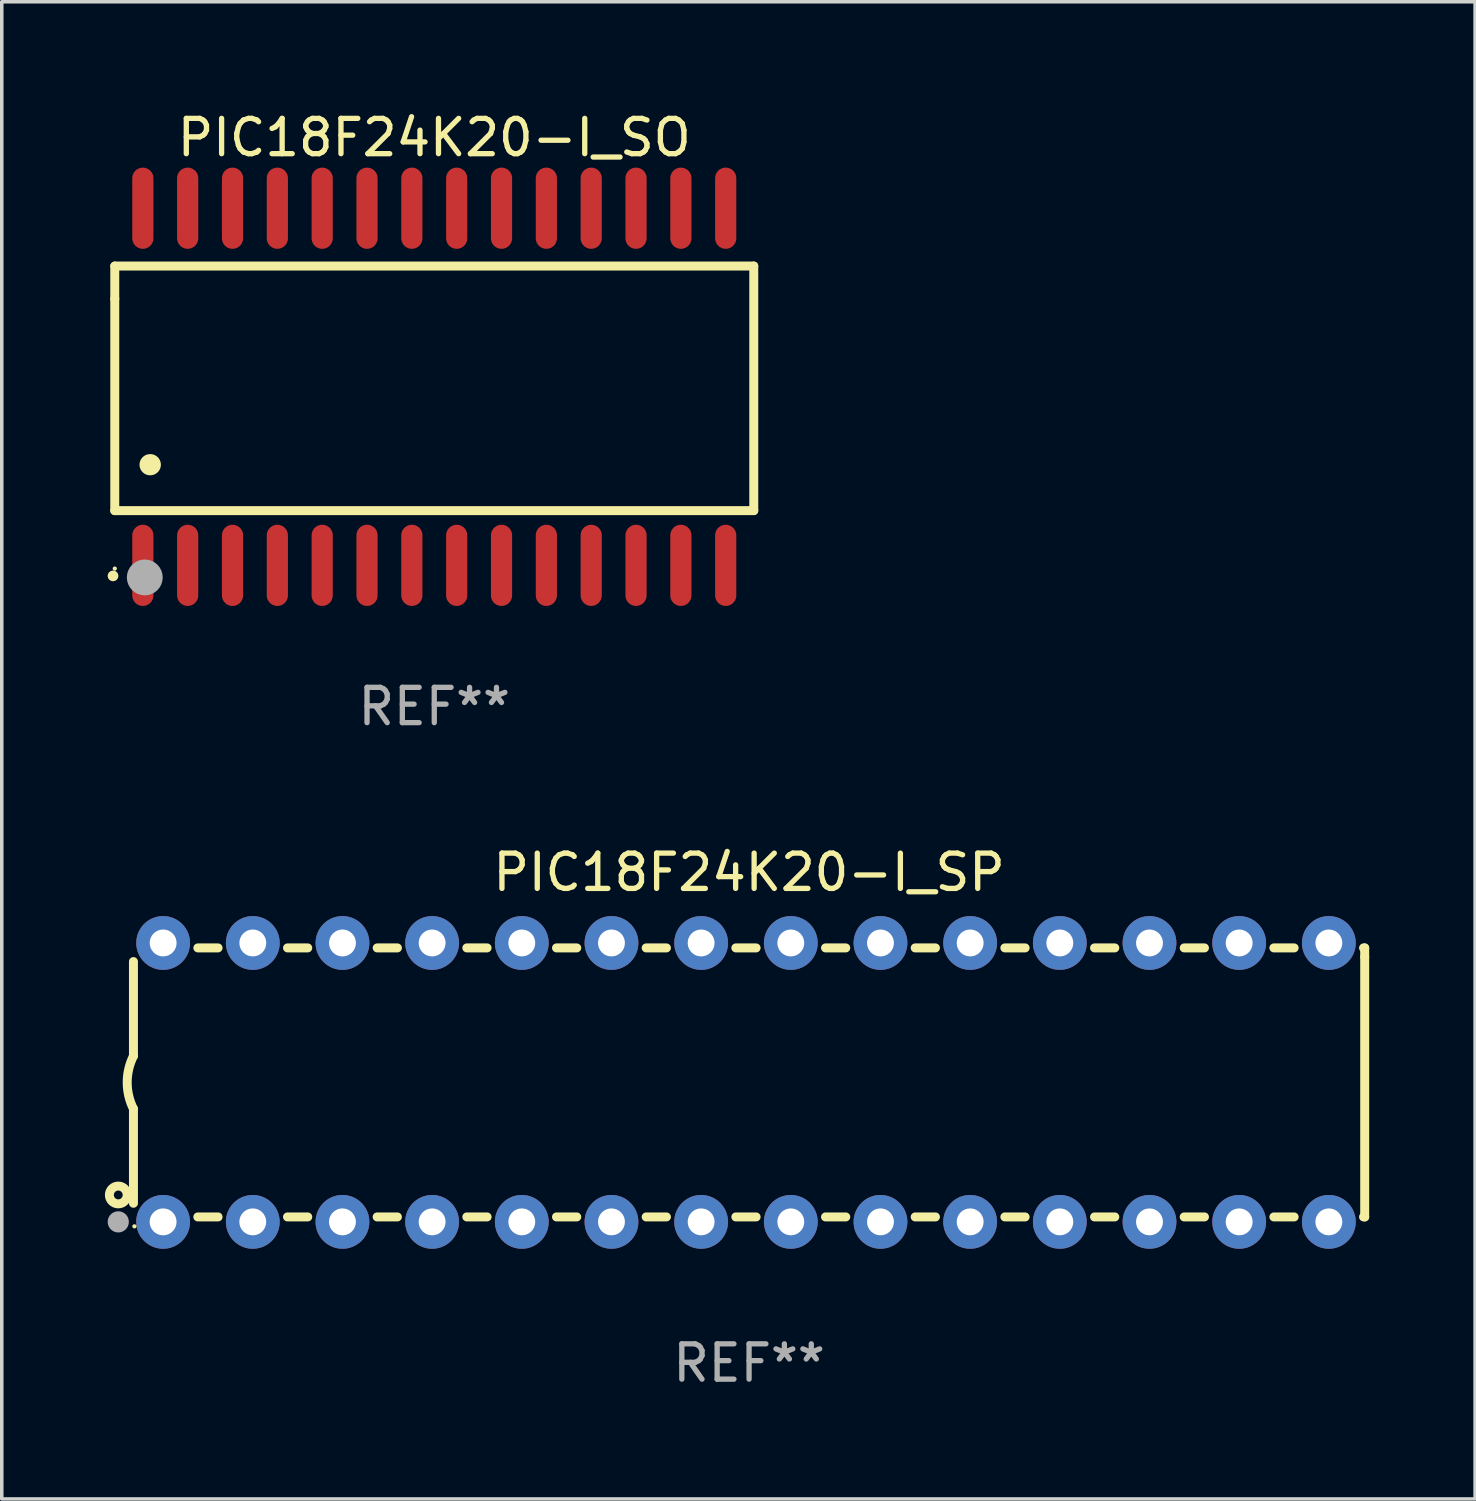
<source format=kicad_pcb>
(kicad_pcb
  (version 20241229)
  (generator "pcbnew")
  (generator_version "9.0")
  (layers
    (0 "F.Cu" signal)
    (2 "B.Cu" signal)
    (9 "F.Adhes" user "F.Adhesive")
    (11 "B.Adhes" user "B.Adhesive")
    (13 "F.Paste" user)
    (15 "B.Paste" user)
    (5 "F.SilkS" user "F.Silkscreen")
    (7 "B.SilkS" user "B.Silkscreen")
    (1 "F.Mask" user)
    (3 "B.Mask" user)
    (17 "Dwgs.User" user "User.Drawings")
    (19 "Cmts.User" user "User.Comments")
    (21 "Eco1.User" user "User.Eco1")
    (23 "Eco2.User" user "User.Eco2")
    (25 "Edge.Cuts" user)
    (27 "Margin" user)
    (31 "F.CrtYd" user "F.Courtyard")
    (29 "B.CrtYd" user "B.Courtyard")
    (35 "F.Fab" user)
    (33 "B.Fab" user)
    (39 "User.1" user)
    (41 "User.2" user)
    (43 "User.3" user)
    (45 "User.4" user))
  (footprint "PIC18F24K20-I_SP"
    (layer "F.Cu")
    (at 18.168 27.61)
    (property "Reference" "PIC18F24K20-I_SP" (at 0 -5.95 0) (layer "F.SilkS") (effects (font (size 1 1) (thickness 0.15))))
    (attr through_hole)
    (fp_line (start -17.438 0.75) (end -17.438 3.423) (stroke (width 0.254) (type solid)) (layer "F.SilkS"))
    (fp_line (start -17.438 -3.423) (end -17.438 -0.75) (stroke (width 0.254) (type solid)) (layer "F.SilkS"))
    (fp_line (start -15.615 3.81) (end -15.041 3.81) (stroke (width 0.254) (type solid)) (layer "F.SilkS"))
    (fp_line (start -15.041 -3.81) (end -15.614 -3.81) (stroke (width 0.254) (type solid)) (layer "F.SilkS"))
    (fp_line (start -13.075 3.81) (end -12.501 3.81) (stroke (width 0.254) (type solid)) (layer "F.SilkS"))
    (fp_line (start -12.501 -3.81) (end -13.074 -3.81) (stroke (width 0.254) (type solid)) (layer "F.SilkS"))
    (fp_line (start -10.535 3.81) (end -9.961 3.81) (stroke (width 0.254) (type solid)) (layer "F.SilkS"))
    (fp_line (start -9.961 -3.81) (end -10.534 -3.81) (stroke (width 0.254) (type solid)) (layer "F.SilkS"))
    (fp_line (start -7.995 3.81) (end -7.421 3.81) (stroke (width 0.254) (type solid)) (layer "F.SilkS"))
    (fp_line (start -7.421 -3.81) (end -7.995 -3.81) (stroke (width 0.254) (type solid)) (layer "F.SilkS"))
    (fp_line (start -5.455 3.81) (end -4.881 3.81) (stroke (width 0.254) (type solid)) (layer "F.SilkS"))
    (fp_line (start -4.881 -3.81) (end -5.455 -3.81) (stroke (width 0.254) (type solid)) (layer "F.SilkS"))
    (fp_line (start -2.915 3.81) (end -2.341 3.81) (stroke (width 0.254) (type solid)) (layer "F.SilkS"))
    (fp_line (start -2.341 -3.81) (end -2.915 -3.81) (stroke (width 0.254) (type solid)) (layer "F.SilkS"))
    (fp_line (start -0.375 3.81) (end 0.199 3.81) (stroke (width 0.254) (type solid)) (layer "F.SilkS"))
    (fp_line (start 0.199 -3.81) (end -0.375 -3.81) (stroke (width 0.254) (type solid)) (layer "F.SilkS"))
    (fp_line (start 2.165 3.81) (end 2.739 3.81) (stroke (width 0.254) (type solid)) (layer "F.SilkS"))
    (fp_line (start 2.739 -3.81) (end 2.165 -3.81) (stroke (width 0.254) (type solid)) (layer "F.SilkS"))
    (fp_line (start 4.705 3.81) (end 5.279 3.81) (stroke (width 0.254) (type solid)) (layer "F.SilkS"))
    (fp_line (start 5.279 -3.81) (end 4.705 -3.81) (stroke (width 0.254) (type solid)) (layer "F.SilkS"))
    (fp_line (start 7.245 3.81) (end 7.819 3.81) (stroke (width 0.254) (type solid)) (layer "F.SilkS"))
    (fp_line (start 7.819 -3.81) (end 7.245 -3.81) (stroke (width 0.254) (type solid)) (layer "F.SilkS"))
    (fp_line (start 9.785 3.81) (end 10.359 3.81) (stroke (width 0.254) (type solid)) (layer "F.SilkS"))
    (fp_line (start 10.359 -3.81) (end 9.785 -3.81) (stroke (width 0.254) (type solid)) (layer "F.SilkS"))
    (fp_line (start 12.325 3.81) (end 12.899 3.81) (stroke (width 0.254) (type solid)) (layer "F.SilkS"))
    (fp_line (start 12.899 -3.81) (end 12.325 -3.81) (stroke (width 0.254) (type solid)) (layer "F.SilkS"))
    (fp_line (start 14.865 3.81) (end 15.439 3.81) (stroke (width 0.254) (type solid)) (layer "F.SilkS"))
    (fp_line (start 15.439 -3.81) (end 14.865 -3.81) (stroke (width 0.254) (type solid)) (layer "F.SilkS"))
    (fp_line (start 17.405 3.81) (end 17.438 3.81) (stroke (width 0.254) (type solid)) (layer "F.SilkS"))
    (fp_line (start 17.438 -3.81) (end 17.405 -3.81) (stroke (width 0.254) (type solid)) (layer "F.SilkS"))
    (fp_line (start 17.438 -3.556) (end 17.438 -3.81) (stroke (width 0.254) (type solid)) (layer "F.SilkS"))
    (fp_line (start 17.438 3.81) (end 17.438 -3.556) (stroke (width 0.254) (type solid)) (layer "F.SilkS"))
    (fp_arc (start -17.437986 0.749657) (mid -17.614887 -0.000024) (end -17.437783 -0.749657) (stroke (width 0.254001) (type solid)) (layer "F.SilkS"))
    (fp_circle (center -17.868 3.188) (end -17.743 3.188) (stroke (width 0.254) (type solid)) (fill no) (layer "F.SilkS"))
    (fp_circle (center -17.411 4.077) (end -17.381 4.077) (stroke (width 0.06) (type solid)) (fill no) (layer "F.SilkS"))
    (fp_circle (center -17.868 3.95) (end -17.718 3.95) (stroke (width 0.3) (type solid)) (fill no) (layer "F.Fab"))
    (fp_text user "REF**" (at 0 7.95 0) (layer "F.Fab") (effects (font (size 1 1) (thickness 0.15))))
    (pad "1" thru_hole circle (at -16.598 3.95) (size 1.524 1.524) (drill 0.762) (layers "*.Cu" "*.Mask"))
    (pad "2" thru_hole circle (at -14.058 3.95) (size 1.524 1.524) (drill 0.762) (layers "*.Cu" "*.Mask"))
    (pad "3" thru_hole circle (at -11.518 3.95) (size 1.524 1.524) (drill 0.762) (layers "*.Cu" "*.Mask"))
    (pad "4" thru_hole circle (at -8.978 3.95) (size 1.524 1.524) (drill 0.762) (layers "*.Cu" "*.Mask"))
    (pad "5" thru_hole circle (at -6.438 3.95) (size 1.524 1.524) (drill 0.762) (layers "*.Cu" "*.Mask"))
    (pad "6" thru_hole circle (at -3.898 3.95) (size 1.524 1.524) (drill 0.762) (layers "*.Cu" "*.Mask"))
    (pad "7" thru_hole circle (at -1.358 3.95) (size 1.524 1.524) (drill 0.762) (layers "*.Cu" "*.Mask"))
    (pad "8" thru_hole circle (at 1.182 3.95) (size 1.524 1.524) (drill 0.762) (layers "*.Cu" "*.Mask"))
    (pad "9" thru_hole circle (at 3.722 3.95) (size 1.524 1.524) (drill 0.762) (layers "*.Cu" "*.Mask"))
    (pad "10" thru_hole circle (at 6.262 3.95) (size 1.524 1.524) (drill 0.762) (layers "*.Cu" "*.Mask"))
    (pad "11" thru_hole circle (at 8.802 3.95) (size 1.524 1.524) (drill 0.762) (layers "*.Cu" "*.Mask"))
    (pad "12" thru_hole circle (at 11.342 3.95) (size 1.524 1.524) (drill 0.762) (layers "*.Cu" "*.Mask"))
    (pad "13" thru_hole circle (at 13.882 3.95) (size 1.524 1.524) (drill 0.762) (layers "*.Cu" "*.Mask"))
    (pad "14" thru_hole circle (at 16.422 3.95) (size 1.524 1.524) (drill 0.762) (layers "*.Cu" "*.Mask"))
    (pad "15" thru_hole circle (at 16.422 -3.95) (size 1.524 1.524) (drill 0.762) (layers "*.Cu" "*.Mask"))
    (pad "16" thru_hole circle (at 13.882 -3.95) (size 1.524 1.524) (drill 0.762) (layers "*.Cu" "*.Mask"))
    (pad "17" thru_hole circle (at 11.342 -3.95) (size 1.524 1.524) (drill 0.762) (layers "*.Cu" "*.Mask"))
    (pad "18" thru_hole circle (at 8.802 -3.95) (size 1.524 1.524) (drill 0.762) (layers "*.Cu" "*.Mask"))
    (pad "19" thru_hole circle (at 6.262 -3.95) (size 1.524 1.524) (drill 0.762) (layers "*.Cu" "*.Mask"))
    (pad "20" thru_hole circle (at 3.722 -3.95) (size 1.524 1.524) (drill 0.762) (layers "*.Cu" "*.Mask"))
    (pad "21" thru_hole circle (at 1.182 -3.95) (size 1.524 1.524) (drill 0.762) (layers "*.Cu" "*.Mask"))
    (pad "22" thru_hole circle (at -1.358 -3.95) (size 1.524 1.524) (drill 0.762) (layers "*.Cu" "*.Mask"))
    (pad "23" thru_hole circle (at -3.898 -3.95) (size 1.524 1.524) (drill 0.762) (layers "*.Cu" "*.Mask"))
    (pad "24" thru_hole circle (at -6.438 -3.95) (size 1.524 1.524) (drill 0.762) (layers "*.Cu" "*.Mask"))
    (pad "25" thru_hole circle (at -8.978 -3.95) (size 1.524 1.524) (drill 0.762) (layers "*.Cu" "*.Mask"))
    (pad "26" thru_hole circle (at -11.517 -3.95) (size 1.524 1.524) (drill 0.762) (layers "*.Cu" "*.Mask"))
    (pad "27" thru_hole circle (at -14.057 -3.95) (size 1.524 1.524) (drill 0.762) (layers "*.Cu" "*.Mask"))
    (pad "28" thru_hole circle (at -16.597 -3.95) (size 1.524 1.524) (drill 0.762) (layers "*.Cu" "*.Mask")))
  (footprint "PIC18F24K20-I_SO"
    (layer "F.Cu")
    (at 9.251 7.906)
    (property "Reference" "PIC18F24K20-I_SO" (at 0 -7.058 0) (layer "F.SilkS") (effects (font (size 1 1) (thickness 0.15))))
    (attr through_hole)
    (fp_line (start -9.05 -3.42) (end 9.05 -3.42) (stroke (width 0.254) (type solid)) (layer "F.SilkS"))
    (fp_line (start -9.05 -2.492) (end -9.05 -3.42) (stroke (width 0.254) (type solid)) (layer "F.SilkS"))
    (fp_line (start -9.05 3.508) (end -9.05 -2.492) (stroke (width 0.254) (type solid)) (layer "F.SilkS"))
    (fp_line (start 9.05 -3.42) (end 9.05 3.508) (stroke (width 0.254) (type solid)) (layer "F.SilkS"))
    (fp_line (start 9.05 3.508) (end -9.05 3.508) (stroke (width 0.254) (type solid)) (layer "F.SilkS"))
    (fp_arc (start -9.100838 5.35649) (mid -9.099568 5.356485) (end -9.098298 5.35649) (stroke (width 0.3) (type solid)) (layer "F.SilkS"))
    (fp_arc (start -8.049276 2.206883) (mid -8.046736 2.206872) (end -8.044196 2.206883) (stroke (width 0.6) (type solid)) (layer "F.SilkS"))
    (fp_circle (center -9.05 5.15) (end -9.02 5.15) (stroke (width 0.06) (type solid)) (fill no) (layer "F.SilkS"))
    (fp_circle (center -8.2 5.4) (end -7.946 5.4) (stroke (width 0.508) (type solid)) (fill no) (layer "F.Fab"))
    (fp_text user "REF**" (at 0 9.058 0) (layer "F.Fab") (effects (font (size 1 1) (thickness 0.15))))
    (pad "1" smd oval (at -8.255 5.058 180) (size 0.6 2.3) (layers "F.Cu" "F.Mask" "F.Paste"))
    (pad "2" smd oval (at -6.985 5.058 180) (size 0.6 2.3) (layers "F.Cu" "F.Mask" "F.Paste"))
    (pad "3" smd oval (at -5.715 5.058 180) (size 0.6 2.3) (layers "F.Cu" "F.Mask" "F.Paste"))
    (pad "4" smd oval (at -4.445 5.058 180) (size 0.6 2.3) (layers "F.Cu" "F.Mask" "F.Paste"))
    (pad "5" smd oval (at -3.175 5.058 180) (size 0.6 2.3) (layers "F.Cu" "F.Mask" "F.Paste"))
    (pad "6" smd oval (at -1.905 5.058 180) (size 0.6 2.3) (layers "F.Cu" "F.Mask" "F.Paste"))
    (pad "7" smd oval (at -0.635 5.058 180) (size 0.6 2.3) (layers "F.Cu" "F.Mask" "F.Paste"))
    (pad "8" smd oval (at 0.635 5.058 180) (size 0.6 2.3) (layers "F.Cu" "F.Mask" "F.Paste"))
    (pad "9" smd oval (at 1.905 5.058 180) (size 0.6 2.3) (layers "F.Cu" "F.Mask" "F.Paste"))
    (pad "10" smd oval (at 3.175 5.058 180) (size 0.6 2.3) (layers "F.Cu" "F.Mask" "F.Paste"))
    (pad "11" smd oval (at 4.445 5.058 180) (size 0.6 2.3) (layers "F.Cu" "F.Mask" "F.Paste"))
    (pad "12" smd oval (at 5.715 5.058 180) (size 0.6 2.3) (layers "F.Cu" "F.Mask" "F.Paste"))
    (pad "13" smd oval (at 6.985 5.058 180) (size 0.6 2.3) (layers "F.Cu" "F.Mask" "F.Paste"))
    (pad "14" smd oval (at 8.255 5.058 180) (size 0.6 2.3) (layers "F.Cu" "F.Mask" "F.Paste"))
    (pad "15" smd oval (at 8.255 -5.058 180) (size 0.6 2.3) (layers "F.Cu" "F.Mask" "F.Paste"))
    (pad "16" smd oval (at 6.985 -5.058 180) (size 0.6 2.3) (layers "F.Cu" "F.Mask" "F.Paste"))
    (pad "17" smd oval (at 5.715 -5.058 180) (size 0.6 2.3) (layers "F.Cu" "F.Mask" "F.Paste"))
    (pad "18" smd oval (at 4.445 -5.058 180) (size 0.6 2.3) (layers "F.Cu" "F.Mask" "F.Paste"))
    (pad "19" smd oval (at 3.175 -5.058 180) (size 0.6 2.3) (layers "F.Cu" "F.Mask" "F.Paste"))
    (pad "20" smd oval (at 1.905 -5.058 180) (size 0.6 2.3) (layers "F.Cu" "F.Mask" "F.Paste"))
    (pad "21" smd oval (at 0.635 -5.058 180) (size 0.6 2.3) (layers "F.Cu" "F.Mask" "F.Paste"))
    (pad "22" smd oval (at -0.635 -5.058 180) (size 0.6 2.3) (layers "F.Cu" "F.Mask" "F.Paste"))
    (pad "23" smd oval (at -1.905 -5.058 180) (size 0.6 2.3) (layers "F.Cu" "F.Mask" "F.Paste"))
    (pad "24" smd oval (at -3.175 -5.058 180) (size 0.6 2.3) (layers "F.Cu" "F.Mask" "F.Paste"))
    (pad "25" smd oval (at -4.445 -5.058 180) (size 0.6 2.3) (layers "F.Cu" "F.Mask" "F.Paste"))
    (pad "26" smd oval (at -5.715 -5.058 180) (size 0.6 2.3) (layers "F.Cu" "F.Mask" "F.Paste"))
    (pad "27" smd oval (at -6.985 -5.058 180) (size 0.6 2.3) (layers "F.Cu" "F.Mask" "F.Paste"))
    (pad "28" smd oval (at -8.255 -5.058 180) (size 0.6 2.3) (layers "F.Cu" "F.Mask" "F.Paste")))
  (gr_rect
    (start -3 -3)
    (end 38.733 39.408)
    (stroke (width 0.1) (type default))
    (fill no)
    (layer "Edge.Cuts")))
</source>
